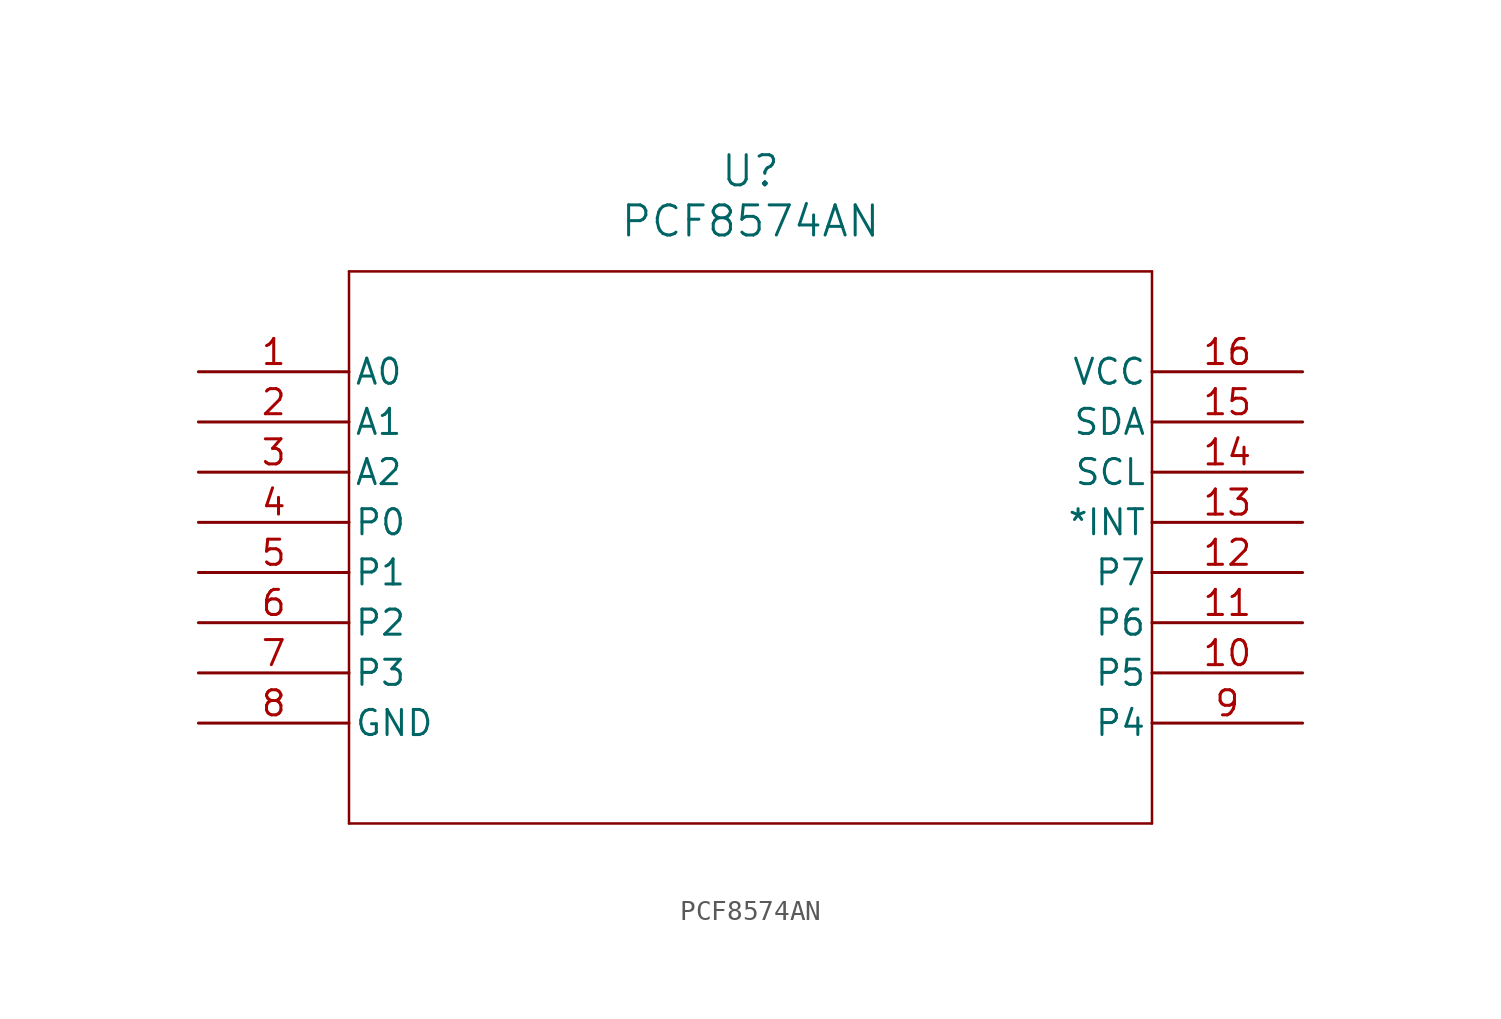
<source format=kicad_sym>
(kicad_symbol_lib
  (version 20211014)
  (generator kicad_symbol_editor)
  (symbol "PCF8574AN"
    (pin_names
      (offset 0.254))
    (property "Reference" "U"
      (at 27.94 10.16 0)
      (effects (font (size 1.524 1.524))))
    (property "Value" "PCF8574AN"
      (at 27.94 7.62 0)
      (effects (font (size 1.524 1.524))))
    (symbol "PCF8574AN_0_1"
      (polyline (pts (xy 7.62 5.08) (xy 7.62 -22.86)) (stroke (width 0.127) (type default) (color 0 0 0 0)) (fill (type none)))
      (polyline (pts (xy 7.62 -22.86) (xy 48.26 -22.86)) (stroke (width 0.127) (type default) (color 0 0 0 0)) (fill (type none)))
      (polyline (pts (xy 48.26 -22.86) (xy 48.26 5.08)) (stroke (width 0.127) (type default) (color 0 0 0 0)) (fill (type none)))
      (polyline (pts (xy 48.26 5.08) (xy 7.62 5.08)) (stroke (width 0.127) (type default) (color 0 0 0 0)) (fill (type none)))
      (pin input line (at 0 0 0) (length 7.62) (name "A0" (effects (font (size 1.27 1.27)))) (number "1" (effects (font (size 1.27 1.27)))))
      (pin input line (at 0 -2.54 0) (length 7.62) (name "A1" (effects (font (size 1.27 1.27)))) (number "2" (effects (font (size 1.27 1.27)))))
      (pin input line (at 0 -5.08 0) (length 7.62) (name "A2" (effects (font (size 1.27 1.27)))) (number "3" (effects (font (size 1.27 1.27)))))
      (pin bidirectional line (at 0 -7.62 0) (length 7.62) (name "P0" (effects (font (size 1.27 1.27)))) (number "4" (effects (font (size 1.27 1.27)))))
      (pin bidirectional line (at 0 -10.16 0) (length 7.62) (name "P1" (effects (font (size 1.27 1.27)))) (number "5" (effects (font (size 1.27 1.27)))))
      (pin bidirectional line (at 0 -12.7 0) (length 7.62) (name "P2" (effects (font (size 1.27 1.27)))) (number "6" (effects (font (size 1.27 1.27)))))
      (pin bidirectional line (at 0 -15.24 0) (length 7.62) (name "P3" (effects (font (size 1.27 1.27)))) (number "7" (effects (font (size 1.27 1.27)))))
      (pin power_in line (at 0 -17.78 0) (length 7.62) (name "GND" (effects (font (size 1.27 1.27)))) (number "8" (effects (font (size 1.27 1.27)))))
      (pin bidirectional line (at 55.88 -17.78 180) (length 7.62) (name "P4" (effects (font (size 1.27 1.27)))) (number "9" (effects (font (size 1.27 1.27)))))
      (pin bidirectional line (at 55.88 -15.24 180) (length 7.62) (name "P5" (effects (font (size 1.27 1.27)))) (number "10" (effects (font (size 1.27 1.27)))))
      (pin bidirectional line (at 55.88 -12.7 180) (length 7.62) (name "P6" (effects (font (size 1.27 1.27)))) (number "11" (effects (font (size 1.27 1.27)))))
      (pin bidirectional line (at 55.88 -10.16 180) (length 7.62) (name "P7" (effects (font (size 1.27 1.27)))) (number "12" (effects (font (size 1.27 1.27)))))
      (pin output line (at 55.88 -7.62 180) (length 7.62) (name "*INT" (effects (font (size 1.27 1.27)))) (number "13" (effects (font (size 1.27 1.27)))))
      (pin unspecified line (at 55.88 -5.08 180) (length 7.62) (name "SCL" (effects (font (size 1.27 1.27)))) (number "14" (effects (font (size 1.27 1.27)))))
      (pin unspecified line (at 55.88 -2.54 180) (length 7.62) (name "SDA" (effects (font (size 1.27 1.27)))) (number "15" (effects (font (size 1.27 1.27)))))
      (pin power_in line (at 55.88 0 180) (length 7.62) (name "VCC" (effects (font (size 1.27 1.27)))) (number "16" (effects (font (size 1.27 1.27))))))))
</source>
